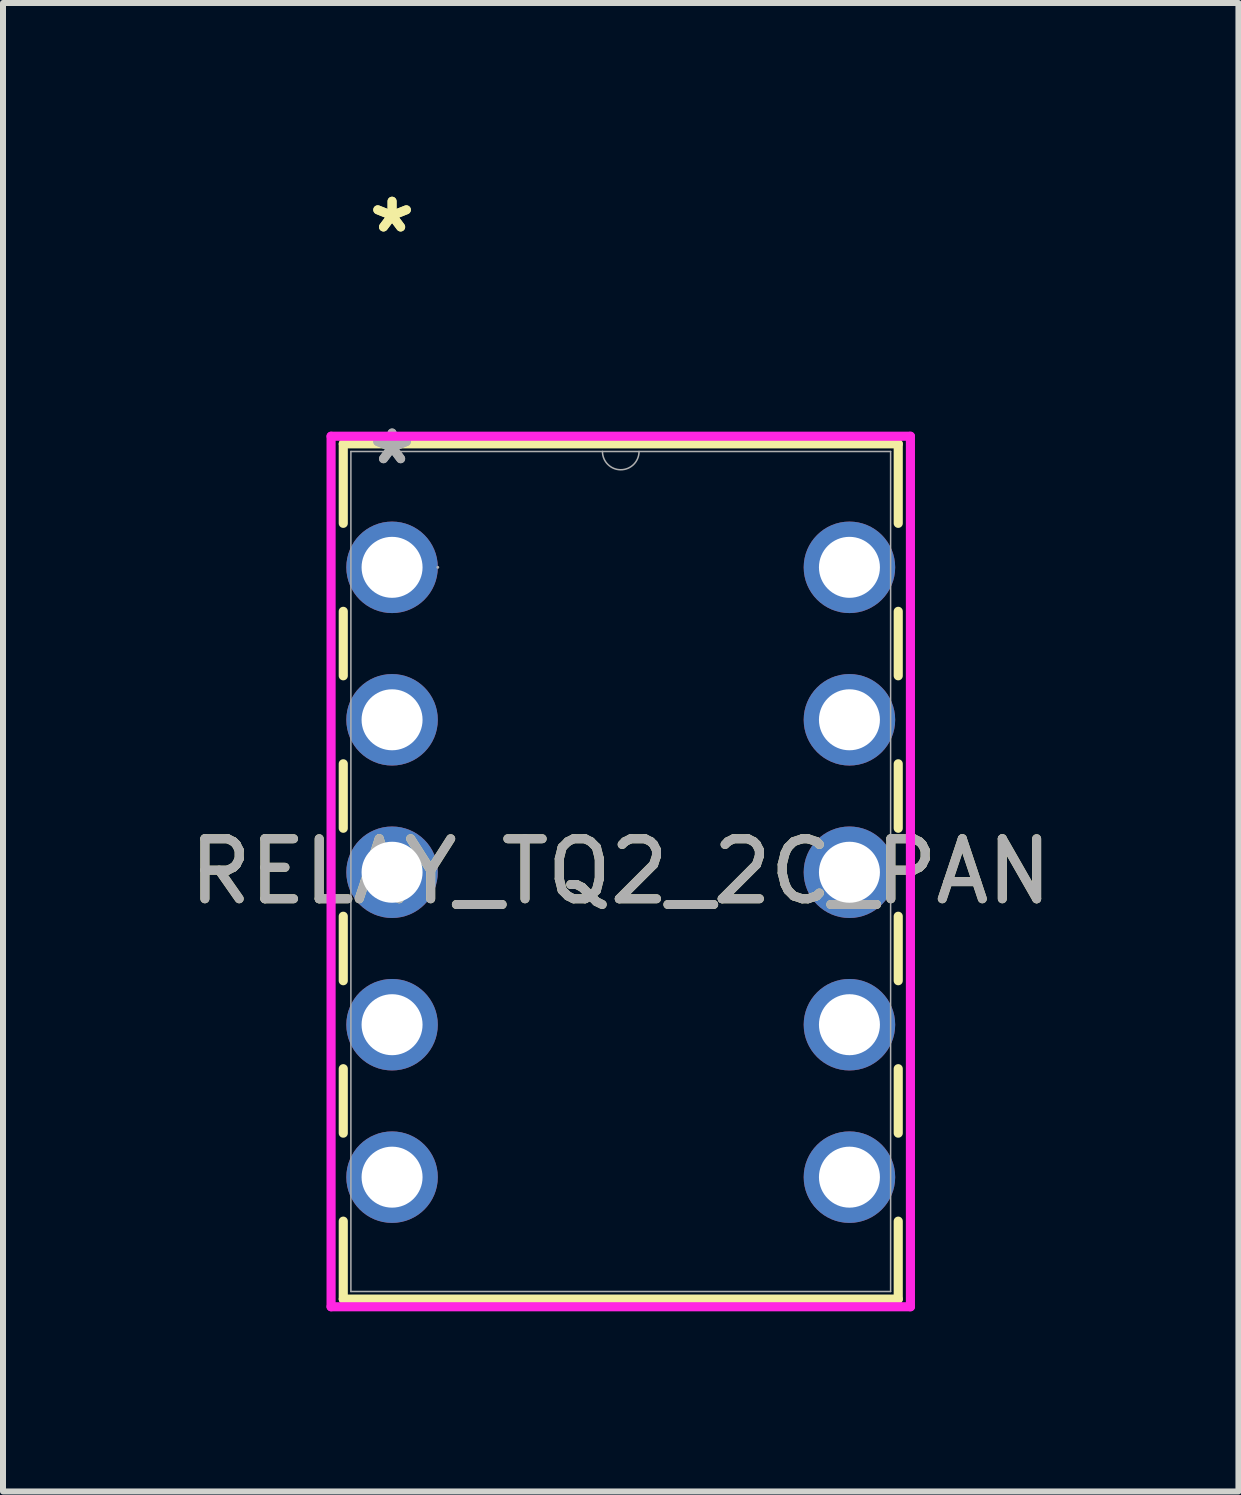
<source format=kicad_pcb>
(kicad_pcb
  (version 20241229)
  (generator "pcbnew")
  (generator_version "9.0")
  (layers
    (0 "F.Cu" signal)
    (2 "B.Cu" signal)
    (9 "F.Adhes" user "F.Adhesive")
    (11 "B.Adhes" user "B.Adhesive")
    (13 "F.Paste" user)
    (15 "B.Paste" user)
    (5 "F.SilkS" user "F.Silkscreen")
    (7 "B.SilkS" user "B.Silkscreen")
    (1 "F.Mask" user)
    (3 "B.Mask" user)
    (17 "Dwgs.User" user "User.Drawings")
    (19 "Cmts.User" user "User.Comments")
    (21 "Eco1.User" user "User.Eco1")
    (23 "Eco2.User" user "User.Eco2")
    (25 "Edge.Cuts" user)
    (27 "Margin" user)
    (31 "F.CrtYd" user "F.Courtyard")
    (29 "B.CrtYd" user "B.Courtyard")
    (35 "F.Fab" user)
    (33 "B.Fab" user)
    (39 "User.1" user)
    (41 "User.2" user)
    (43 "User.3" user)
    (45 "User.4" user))
  (footprint "RELAY_TQ2_2C_PAN"
    (layer "F.Cu")
    (at 3.482 6.402)
    (property "Reference" "RELAY_TQ2_2C_PAN" (at 3.81 5.067 0) (unlocked yes) (layer "F.SilkS") (effects (font (size 1 1) (thickness 0.15))))
    (attr through_hole)
    (fp_line (start -0.813 -2.057) (end -0.813 -0.733) (stroke (width 0.152) (type solid)) (layer "F.SilkS"))
    (fp_line (start -0.813 0.733) (end -0.813 1.807) (stroke (width 0.152) (type solid)) (layer "F.SilkS"))
    (fp_line (start -0.813 3.273) (end -0.813 4.347) (stroke (width 0.152) (type solid)) (layer "F.SilkS"))
    (fp_line (start -0.813 5.813) (end -0.813 6.887) (stroke (width 0.152) (type solid)) (layer "F.SilkS"))
    (fp_line (start -0.813 8.353) (end -0.813 9.427) (stroke (width 0.152) (type solid)) (layer "F.SilkS"))
    (fp_line (start -0.813 10.893) (end -0.813 12.192) (stroke (width 0.152) (type solid)) (layer "F.SilkS"))
    (fp_line (start -0.813 12.192) (end 8.433 12.192) (stroke (width 0.152) (type solid)) (layer "F.SilkS"))
    (fp_line (start 8.433 -2.057) (end -0.813 -2.057) (stroke (width 0.152) (type solid)) (layer "F.SilkS"))
    (fp_line (start 8.433 -0.733) (end 8.433 -2.057) (stroke (width 0.152) (type solid)) (layer "F.SilkS"))
    (fp_line (start 8.433 1.807) (end 8.433 0.733) (stroke (width 0.152) (type solid)) (layer "F.SilkS"))
    (fp_line (start 8.433 4.347) (end 8.433 3.273) (stroke (width 0.152) (type solid)) (layer "F.SilkS"))
    (fp_line (start 8.433 6.887) (end 8.433 5.813) (stroke (width 0.152) (type solid)) (layer "F.SilkS"))
    (fp_line (start 8.433 9.427) (end 8.433 8.353) (stroke (width 0.152) (type solid)) (layer "F.SilkS"))
    (fp_line (start 8.433 12.192) (end 8.433 10.893) (stroke (width 0.152) (type solid)) (layer "F.SilkS"))
    (fp_line (start -1.016 -2.184) (end 8.636 -2.184) (stroke (width 0.152) (type solid)) (layer "F.CrtYd"))
    (fp_line (start -1.016 12.319) (end -1.016 -2.184) (stroke (width 0.152) (type solid)) (layer "F.CrtYd"))
    (fp_line (start 8.636 -2.184) (end 8.636 12.319) (stroke (width 0.152) (type solid)) (layer "F.CrtYd"))
    (fp_line (start 8.636 12.319) (end -1.016 12.319) (stroke (width 0.152) (type solid)) (layer "F.CrtYd"))
    (fp_line (start -0.686 -1.93) (end -0.686 12.065) (stroke (width 0.025) (type solid)) (layer "F.Fab"))
    (fp_line (start -0.686 12.065) (end 8.306 12.065) (stroke (width 0.025) (type solid)) (layer "F.Fab"))
    (fp_line (start 8.306 -1.93) (end -0.686 -1.93) (stroke (width 0.025) (type solid)) (layer "F.Fab"))
    (fp_line (start 8.306 12.065) (end 8.306 -1.93) (stroke (width 0.025) (type solid)) (layer "F.Fab"))
    (fp_arc (start 4.1148 -1.9304) (mid 3.81 -1.6256) (end 3.5052 -1.9304) (stroke (width 0.0254) (type solid)) (layer "F.Fab"))
    (fp_circle (center 0.762 0) (end 0.762 0) (stroke (width 0.025) (type solid)) (fill no) (layer "F.Fab"))
    (fp_text user "*" (at 0 -5.554 0) (unlocked yes) (layer "F.SilkS") (effects (font (size 1 1) (thickness 0.15))))
    (fp_text user "*" (at 0 -5.554 0) (layer "F.SilkS") (effects (font (size 1 1) (thickness 0.15))))
    (fp_text user "*" (at 0 -1.693 0) (unlocked yes) (layer "F.Fab") (effects (font (size 1 1) (thickness 0.15))))
    (fp_text user "*" (at 0 -1.693 0) (layer "F.Fab") (effects (font (size 1 1) (thickness 0.15))))
    (fp_text user "${REFERENCE}" (at 3.81 5.067 0) (unlocked yes) (layer "F.Fab") (effects (font (size 1 1) (thickness 0.15))))
    (pad "1" thru_hole circle (at 0 0) (size 1.524 1.524) (drill 1.016) (layers "*.Cu" "*.Mask"))
    (pad "2" thru_hole circle (at 0 2.54) (size 1.524 1.524) (drill 1.016) (layers "*.Cu" "*.Mask"))
    (pad "3" thru_hole circle (at 0 5.08) (size 1.524 1.524) (drill 1.016) (layers "*.Cu" "*.Mask"))
    (pad "4" thru_hole circle (at 0 7.62) (size 1.524 1.524) (drill 1.016) (layers "*.Cu" "*.Mask"))
    (pad "5" thru_hole circle (at 0 10.16) (size 1.524 1.524) (drill 1.016) (layers "*.Cu" "*.Mask"))
    (pad "6" thru_hole circle (at 7.62 10.16) (size 1.524 1.524) (drill 1.016) (layers "*.Cu" "*.Mask"))
    (pad "7" thru_hole circle (at 7.62 7.62) (size 1.524 1.524) (drill 1.016) (layers "*.Cu" "*.Mask"))
    (pad "8" thru_hole circle (at 7.62 5.08) (size 1.524 1.524) (drill 1.016) (layers "*.Cu" "*.Mask"))
    (pad "9" thru_hole circle (at 7.62 2.54) (size 1.524 1.524) (drill 1.016) (layers "*.Cu" "*.Mask"))
    (pad "10" thru_hole circle (at 7.62 0) (size 1.524 1.524) (drill 1.016) (layers "*.Cu" "*.Mask")))
  (gr_rect
    (start -3 -3)
    (end 17.583 21.798)
    (stroke (width 0.1) (type default))
    (fill no)
    (layer "Edge.Cuts")))
</source>
